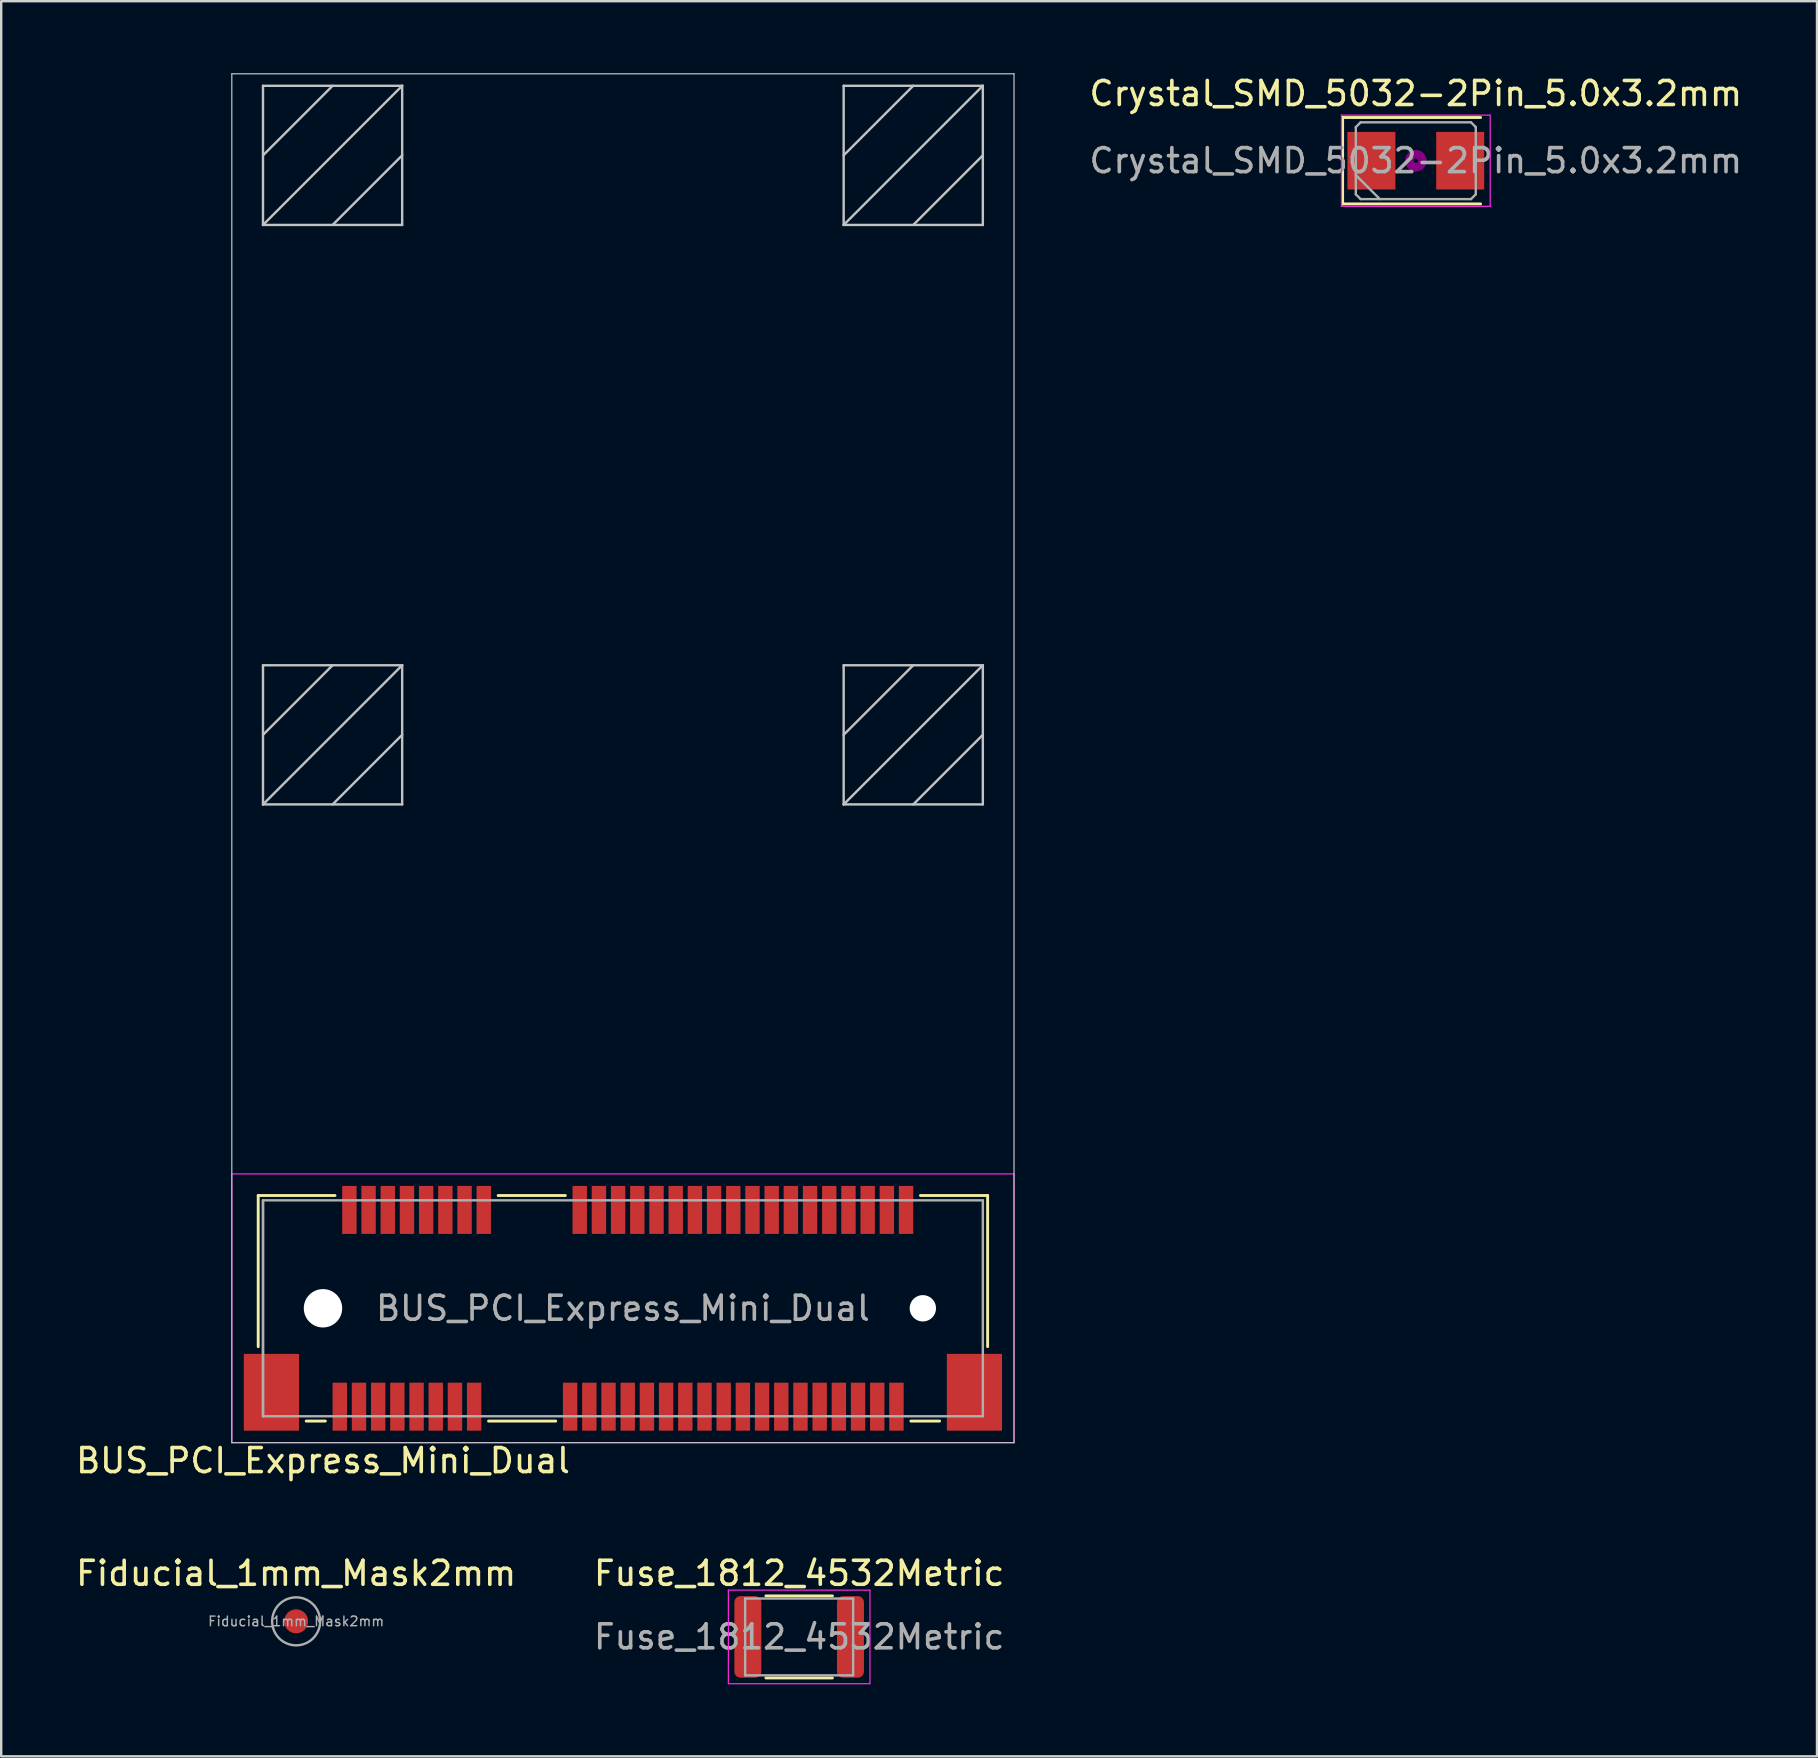
<source format=kicad_pcb>
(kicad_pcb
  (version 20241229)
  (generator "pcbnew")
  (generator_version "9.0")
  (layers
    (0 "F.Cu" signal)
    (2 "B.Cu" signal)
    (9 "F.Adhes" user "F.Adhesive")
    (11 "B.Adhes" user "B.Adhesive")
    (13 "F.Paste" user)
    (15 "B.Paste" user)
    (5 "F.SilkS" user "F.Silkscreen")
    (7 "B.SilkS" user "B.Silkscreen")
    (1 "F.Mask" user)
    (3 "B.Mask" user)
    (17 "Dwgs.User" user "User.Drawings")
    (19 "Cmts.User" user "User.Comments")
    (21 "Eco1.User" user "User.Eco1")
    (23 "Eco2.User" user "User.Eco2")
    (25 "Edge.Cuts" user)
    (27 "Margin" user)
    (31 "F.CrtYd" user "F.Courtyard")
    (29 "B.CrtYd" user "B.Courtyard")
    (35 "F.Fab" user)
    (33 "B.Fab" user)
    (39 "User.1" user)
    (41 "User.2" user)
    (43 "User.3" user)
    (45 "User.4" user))
  (footprint "Fuse_1812_4532Metric"
    (layer "F.Cu")
    (at 30.256 65.171)
    (property "Reference" "Fuse_1812_4532Metric" (at 0 -2.65 0) (layer "F.SilkS") (effects (font (size 1 1) (thickness 0.15))))
    (attr smd)
    (fp_line (start -1.386 -1.71) (end 1.386 -1.71) (stroke (width 0.12) (type solid)) (layer "F.SilkS"))
    (fp_line (start -1.386 1.71) (end 1.386 1.71) (stroke (width 0.12) (type solid)) (layer "F.SilkS"))
    (fp_line (start -2.95 -1.95) (end 2.95 -1.95) (stroke (width 0.05) (type solid)) (layer "F.CrtYd"))
    (fp_line (start -2.95 1.95) (end -2.95 -1.95) (stroke (width 0.05) (type solid)) (layer "F.CrtYd"))
    (fp_line (start 2.95 -1.95) (end 2.95 1.95) (stroke (width 0.05) (type solid)) (layer "F.CrtYd"))
    (fp_line (start 2.95 1.95) (end -2.95 1.95) (stroke (width 0.05) (type solid)) (layer "F.CrtYd"))
    (fp_line (start -2.25 -1.6) (end 2.25 -1.6) (stroke (width 0.1) (type solid)) (layer "F.Fab"))
    (fp_line (start -2.25 1.6) (end -2.25 -1.6) (stroke (width 0.1) (type solid)) (layer "F.Fab"))
    (fp_line (start 2.25 -1.6) (end 2.25 1.6) (stroke (width 0.1) (type solid)) (layer "F.Fab"))
    (fp_line (start 2.25 1.6) (end -2.25 1.6) (stroke (width 0.1) (type solid)) (layer "F.Fab"))
    (fp_text user "${REFERENCE}" (at 0 0 0) (layer "F.Fab") (effects (font (size 1 1) (thickness 0.15))))
    (pad "1" smd roundrect (at -2.138 0) (size 1.125 3.4) (layers "F.Cu" "F.Mask" "F.Paste") (roundrect_rratio 0.222))
    (pad "2" smd roundrect (at 2.138 0) (size 1.125 3.4) (layers "F.Cu" "F.Mask" "F.Paste") (roundrect_rratio 0.222)))
  (footprint "Crystal_SMD_5032-2Pin_5.0x3.2mm"
    (layer "F.Cu")
    (at 55.956 3.648)
    (property "Reference" "Crystal_SMD_5032-2Pin_5.0x3.2mm" (at 0 -2.8 0) (layer "F.SilkS") (effects (font (size 1 1) (thickness 0.15))))
    (attr smd)
    (fp_line (start -3.05 -1.8) (end -3.05 1.8) (stroke (width 0.12) (type solid)) (layer "F.SilkS"))
    (fp_line (start -3.05 1.8) (end 2.7 1.8) (stroke (width 0.12) (type solid)) (layer "F.SilkS"))
    (fp_line (start 2.7 -1.8) (end -3.05 -1.8) (stroke (width 0.12) (type solid)) (layer "F.SilkS"))
    (fp_circle (center 0 0) (end 0.093 0) (stroke (width 0.187) (type solid)) (fill no) (layer "F.Adhes"))
    (fp_circle (center 0 0) (end 0.213 0) (stroke (width 0.133) (type solid)) (fill no) (layer "F.Adhes"))
    (fp_circle (center 0 0) (end 0.333 0) (stroke (width 0.133) (type solid)) (fill no) (layer "F.Adhes"))
    (fp_circle (center 0 0) (end 0.4 0) (stroke (width 0.1) (type solid)) (fill no) (layer "F.Adhes"))
    (fp_line (start -3.1 -1.9) (end -3.1 1.9) (stroke (width 0.05) (type solid)) (layer "F.CrtYd"))
    (fp_line (start -3.1 1.9) (end 3.1 1.9) (stroke (width 0.05) (type solid)) (layer "F.CrtYd"))
    (fp_line (start 3.1 -1.9) (end -3.1 -1.9) (stroke (width 0.05) (type solid)) (layer "F.CrtYd"))
    (fp_line (start 3.1 1.9) (end 3.1 -1.9) (stroke (width 0.05) (type solid)) (layer "F.CrtYd"))
    (fp_line (start -2.5 -1.4) (end -2.3 -1.6) (stroke (width 0.1) (type solid)) (layer "F.Fab"))
    (fp_line (start -2.5 0.6) (end -1.5 1.6) (stroke (width 0.1) (type solid)) (layer "F.Fab"))
    (fp_line (start -2.5 1.4) (end -2.5 -1.4) (stroke (width 0.1) (type solid)) (layer "F.Fab"))
    (fp_line (start -2.3 -1.6) (end 2.3 -1.6) (stroke (width 0.1) (type solid)) (layer "F.Fab"))
    (fp_line (start -2.3 1.6) (end -2.5 1.4) (stroke (width 0.1) (type solid)) (layer "F.Fab"))
    (fp_line (start 2.3 -1.6) (end 2.5 -1.4) (stroke (width 0.1) (type solid)) (layer "F.Fab"))
    (fp_line (start 2.3 1.6) (end -2.3 1.6) (stroke (width 0.1) (type solid)) (layer "F.Fab"))
    (fp_line (start 2.5 -1.4) (end 2.5 1.4) (stroke (width 0.1) (type solid)) (layer "F.Fab"))
    (fp_line (start 2.5 1.4) (end 2.3 1.6) (stroke (width 0.1) (type solid)) (layer "F.Fab"))
    (fp_text user "${REFERENCE}" (at 0 0 0) (layer "F.Fab") (effects (font (size 1 1) (thickness 0.15))))
    (pad "1" smd rect (at -1.85 0) (size 2 2.4) (layers "F.Cu" "F.Mask" "F.Paste"))
    (pad "2" smd rect (at 1.85 0) (size 2 2.4) (layers "F.Cu" "F.Mask" "F.Paste")))
  (footprint "BUS_PCI_Express_Mini_Dual"
    (layer "F.Cu")
    (at 22.911 51.475)
    (property "Reference" "BUS_PCI_Express_Mini_Dual" (at -12.5 6.35 180) (layer "F.SilkS") (effects (font (size 1 1) (thickness 0.15))))
    (attr smd)
    (fp_line (start -15.2 -4.7) (end -15.2 1.6) (stroke (width 0.12) (type solid)) (layer "F.SilkS"))
    (fp_line (start -13.2 4.7) (end -12.4 4.7) (stroke (width 0.12) (type solid)) (layer "F.SilkS"))
    (fp_line (start -12 -4.7) (end -15.2 -4.7) (stroke (width 0.12) (type solid)) (layer "F.SilkS"))
    (fp_line (start -5.6 4.7) (end -2.8 4.7) (stroke (width 0.12) (type solid)) (layer "F.SilkS"))
    (fp_line (start -5.2 -4.7) (end -2.4 -4.7) (stroke (width 0.12) (type solid)) (layer "F.SilkS"))
    (fp_line (start 12 4.7) (end 13.2 4.7) (stroke (width 0.12) (type solid)) (layer "F.SilkS"))
    (fp_line (start 12.4 -4.7) (end 15.2 -4.7) (stroke (width 0.12) (type solid)) (layer "F.SilkS"))
    (fp_line (start 15.2 1.6) (end 15.2 -4.7) (stroke (width 0.12) (type solid)) (layer "F.SilkS"))
    (fp_line (start -16.3 -51.45) (end 16.3 -51.45) (stroke (width 0.05) (type solid)) (layer "Dwgs.User"))
    (fp_line (start -16.3 5.6) (end -16.3 -51.45) (stroke (width 0.05) (type solid)) (layer "Dwgs.User"))
    (fp_line (start -16.3 5.6) (end 16.3 5.6) (stroke (width 0.05) (type solid)) (layer "Dwgs.User"))
    (fp_line (start -15 -50.95) (end -15 -45.15) (stroke (width 0.1) (type solid)) (layer "Dwgs.User"))
    (fp_line (start -15 -50.95) (end -9.2 -50.95) (stroke (width 0.1) (type solid)) (layer "Dwgs.User"))
    (fp_line (start -15 -45.15) (end -9.2 -45.15) (stroke (width 0.1) (type solid)) (layer "Dwgs.User"))
    (fp_line (start -15 -26.8) (end -15 -21) (stroke (width 0.1) (type solid)) (layer "Dwgs.User"))
    (fp_line (start -15 -21) (end -9.2 -21) (stroke (width 0.1) (type solid)) (layer "Dwgs.User"))
    (fp_line (start -12.1 -50.95) (end -15 -48.05) (stroke (width 0.1) (type solid)) (layer "Dwgs.User"))
    (fp_line (start -12.1 -26.8) (end -15 -23.9) (stroke (width 0.1) (type solid)) (layer "Dwgs.User"))
    (fp_line (start -9.2 -50.95) (end -15 -45.15) (stroke (width 0.1) (type solid)) (layer "Dwgs.User"))
    (fp_line (start -9.2 -50.95) (end -9.2 -45.15) (stroke (width 0.1) (type solid)) (layer "Dwgs.User"))
    (fp_line (start -9.2 -48.05) (end -12.1 -45.15) (stroke (width 0.1) (type solid)) (layer "Dwgs.User"))
    (fp_line (start -9.2 -26.8) (end -15 -26.8) (stroke (width 0.1) (type solid)) (layer "Dwgs.User"))
    (fp_line (start -9.2 -26.8) (end -15 -21) (stroke (width 0.1) (type solid)) (layer "Dwgs.User"))
    (fp_line (start -9.2 -23.9) (end -12.1 -21) (stroke (width 0.1) (type solid)) (layer "Dwgs.User"))
    (fp_line (start -9.2 -21) (end -9.2 -26.8) (stroke (width 0.1) (type solid)) (layer "Dwgs.User"))
    (fp_line (start 9.2 -50.95) (end 9.2 -45.15) (stroke (width 0.1) (type solid)) (layer "Dwgs.User"))
    (fp_line (start 9.2 -50.95) (end 15 -50.95) (stroke (width 0.1) (type solid)) (layer "Dwgs.User"))
    (fp_line (start 9.2 -45.15) (end 15 -45.15) (stroke (width 0.1) (type solid)) (layer "Dwgs.User"))
    (fp_line (start 9.2 -26.8) (end 15 -26.8) (stroke (width 0.1) (type solid)) (layer "Dwgs.User"))
    (fp_line (start 9.2 -21) (end 9.2 -26.8) (stroke (width 0.1) (type solid)) (layer "Dwgs.User"))
    (fp_line (start 12.1 -50.95) (end 9.2 -48.05) (stroke (width 0.1) (type solid)) (layer "Dwgs.User"))
    (fp_line (start 12.1 -26.8) (end 9.2 -23.9) (stroke (width 0.1) (type solid)) (layer "Dwgs.User"))
    (fp_line (start 15 -50.95) (end 9.2 -45.15) (stroke (width 0.1) (type solid)) (layer "Dwgs.User"))
    (fp_line (start 15 -50.95) (end 15 -45.15) (stroke (width 0.1) (type solid)) (layer "Dwgs.User"))
    (fp_line (start 15 -48.05) (end 12.1 -45.15) (stroke (width 0.1) (type solid)) (layer "Dwgs.User"))
    (fp_line (start 15 -26.8) (end 9.2 -21) (stroke (width 0.1) (type solid)) (layer "Dwgs.User"))
    (fp_line (start 15 -26.8) (end 15 -21) (stroke (width 0.1) (type solid)) (layer "Dwgs.User"))
    (fp_line (start 15 -23.9) (end 12.1 -21) (stroke (width 0.1) (type solid)) (layer "Dwgs.User"))
    (fp_line (start 15 -21) (end 9.2 -21) (stroke (width 0.1) (type solid)) (layer "Dwgs.User"))
    (fp_line (start 16.3 -51.45) (end 16.3 5.6) (stroke (width 0.05) (type solid)) (layer "Dwgs.User"))
    (fp_line (start -16.3 -5.6) (end 16.3 -5.6) (stroke (width 0.05) (type solid)) (layer "F.CrtYd"))
    (fp_line (start -16.3 5.6) (end -16.3 -5.6) (stroke (width 0.05) (type solid)) (layer "F.CrtYd"))
    (fp_line (start 16.3 -5.6) (end 16.3 5.6) (stroke (width 0.05) (type solid)) (layer "F.CrtYd"))
    (fp_line (start 16.3 5.6) (end -16.3 5.6) (stroke (width 0.05) (type solid)) (layer "F.CrtYd"))
    (fp_line (start -15 -4.5) (end -15 4.5) (stroke (width 0.1) (type solid)) (layer "F.Fab"))
    (fp_line (start -15 4.5) (end -15 -4.5) (stroke (width 0.1) (type solid)) (layer "F.Fab"))
    (fp_line (start -15 4.5) (end 15 4.5) (stroke (width 0.1) (type solid)) (layer "F.Fab"))
    (fp_line (start 15 -4.5) (end -15 -4.5) (stroke (width 0.1) (type solid)) (layer "F.Fab"))
    (fp_line (start 15 4.5) (end 15 -4.5) (stroke (width 0.1) (type solid)) (layer "F.Fab"))
    (fp_text user "${REFERENCE}" (at 0 0 0) (layer "F.Fab") (effects (font (size 1 1) (thickness 0.15))))
    (pad "" np_thru_hole circle (at -12.5 0) (size 1.6 1.6) (drill 1.6) (layers "*.Cu" "*.Mask"))
    (pad "" np_thru_hole circle (at 12.5 0) (size 1.1 1.1) (drill 1.1) (layers "*.Cu" "*.Mask"))
    (pad "1" smd rect (at -11.8 4.1) (size 0.6 2) (layers "F.Cu" "F.Mask" "F.Paste"))
    (pad "2" smd rect (at -11.4 -4.1) (size 0.6 2) (layers "F.Cu" "F.Mask" "F.Paste"))
    (pad "3" smd rect (at -11 4.1) (size 0.6 2) (layers "F.Cu" "F.Mask" "F.Paste"))
    (pad "4" smd rect (at -10.6 -4.1) (size 0.6 2) (layers "F.Cu" "F.Mask" "F.Paste"))
    (pad "5" smd rect (at -10.2 4.1) (size 0.6 2) (layers "F.Cu" "F.Mask" "F.Paste"))
    (pad "6" smd rect (at -9.8 -4.1) (size 0.6 2) (layers "F.Cu" "F.Mask" "F.Paste"))
    (pad "7" smd rect (at -9.4 4.1) (size 0.6 2) (layers "F.Cu" "F.Mask" "F.Paste"))
    (pad "8" smd rect (at -9 -4.1) (size 0.6 2) (layers "F.Cu" "F.Mask" "F.Paste"))
    (pad "9" smd rect (at -8.6 4.1) (size 0.6 2) (layers "F.Cu" "F.Mask" "F.Paste"))
    (pad "10" smd rect (at -8.2 -4.1) (size 0.6 2) (layers "F.Cu" "F.Mask" "F.Paste"))
    (pad "11" smd rect (at -7.8 4.1) (size 0.6 2) (layers "F.Cu" "F.Mask" "F.Paste"))
    (pad "12" smd rect (at -7.4 -4.1) (size 0.6 2) (layers "F.Cu" "F.Mask" "F.Paste"))
    (pad "13" smd rect (at -7 4.1) (size 0.6 2) (layers "F.Cu" "F.Mask" "F.Paste"))
    (pad "14" smd rect (at -6.6 -4.1) (size 0.6 2) (layers "F.Cu" "F.Mask" "F.Paste"))
    (pad "15" smd rect (at -6.2 4.1) (size 0.6 2) (layers "F.Cu" "F.Mask" "F.Paste"))
    (pad "16" smd rect (at -5.8 -4.1) (size 0.6 2) (layers "F.Cu" "F.Mask" "F.Paste"))
    (pad "17" smd rect (at -2.2 4.1) (size 0.6 2) (layers "F.Cu" "F.Mask" "F.Paste"))
    (pad "18" smd rect (at -1.8 -4.1) (size 0.6 2) (layers "F.Cu" "F.Mask" "F.Paste"))
    (pad "19" smd rect (at -1.4 4.1) (size 0.6 2) (layers "F.Cu" "F.Mask" "F.Paste"))
    (pad "20" smd rect (at -1 -4.1) (size 0.6 2) (layers "F.Cu" "F.Mask" "F.Paste"))
    (pad "21" smd rect (at -0.6 4.1) (size 0.6 2) (layers "F.Cu" "F.Mask" "F.Paste"))
    (pad "22" smd rect (at -0.2 -4.1) (size 0.6 2) (layers "F.Cu" "F.Mask" "F.Paste"))
    (pad "23" smd rect (at 0.2 4.1) (size 0.6 2) (layers "F.Cu" "F.Mask" "F.Paste"))
    (pad "24" smd rect (at 0.6 -4.1) (size 0.6 2) (layers "F.Cu" "F.Mask" "F.Paste"))
    (pad "25" smd rect (at 1 4.1) (size 0.6 2) (layers "F.Cu" "F.Mask" "F.Paste"))
    (pad "26" smd rect (at 1.4 -4.1) (size 0.6 2) (layers "F.Cu" "F.Mask" "F.Paste"))
    (pad "27" smd rect (at 1.8 4.1) (size 0.6 2) (layers "F.Cu" "F.Mask" "F.Paste"))
    (pad "28" smd rect (at 2.2 -4.1) (size 0.6 2) (layers "F.Cu" "F.Mask" "F.Paste"))
    (pad "29" smd rect (at 2.6 4.1) (size 0.6 2) (layers "F.Cu" "F.Mask" "F.Paste"))
    (pad "30" smd rect (at 3 -4.1) (size 0.6 2) (layers "F.Cu" "F.Mask" "F.Paste"))
    (pad "31" smd rect (at 3.4 4.1) (size 0.6 2) (layers "F.Cu" "F.Mask" "F.Paste"))
    (pad "32" smd rect (at 3.8 -4.1) (size 0.6 2) (layers "F.Cu" "F.Mask" "F.Paste"))
    (pad "33" smd rect (at 4.2 4.1) (size 0.6 2) (layers "F.Cu" "F.Mask" "F.Paste"))
    (pad "34" smd rect (at 4.6 -4.1) (size 0.6 2) (layers "F.Cu" "F.Mask" "F.Paste"))
    (pad "35" smd rect (at 5 4.1) (size 0.6 2) (layers "F.Cu" "F.Mask" "F.Paste"))
    (pad "36" smd rect (at 5.4 -4.1) (size 0.6 2) (layers "F.Cu" "F.Mask" "F.Paste"))
    (pad "37" smd rect (at 5.8 4.1) (size 0.6 2) (layers "F.Cu" "F.Mask" "F.Paste"))
    (pad "38" smd rect (at 6.2 -4.1) (size 0.6 2) (layers "F.Cu" "F.Mask" "F.Paste"))
    (pad "39" smd rect (at 6.6 4.1) (size 0.6 2) (layers "F.Cu" "F.Mask" "F.Paste"))
    (pad "40" smd rect (at 7 -4.1) (size 0.6 2) (layers "F.Cu" "F.Mask" "F.Paste"))
    (pad "41" smd rect (at 7.4 4.1) (size 0.6 2) (layers "F.Cu" "F.Mask" "F.Paste"))
    (pad "42" smd rect (at 7.8 -4.1) (size 0.6 2) (layers "F.Cu" "F.Mask" "F.Paste"))
    (pad "43" smd rect (at 8.2 4.1) (size 0.6 2) (layers "F.Cu" "F.Mask" "F.Paste"))
    (pad "44" smd rect (at 8.6 -4.1) (size 0.6 2) (layers "F.Cu" "F.Mask" "F.Paste"))
    (pad "45" smd rect (at 9 4.1) (size 0.6 2) (layers "F.Cu" "F.Mask" "F.Paste"))
    (pad "46" smd rect (at 9.4 -4.1) (size 0.6 2) (layers "F.Cu" "F.Mask" "F.Paste"))
    (pad "47" smd rect (at 9.8 4.1) (size 0.6 2) (layers "F.Cu" "F.Mask" "F.Paste"))
    (pad "48" smd rect (at 10.2 -4.1) (size 0.6 2) (layers "F.Cu" "F.Mask" "F.Paste"))
    (pad "49" smd rect (at 10.6 4.1) (size 0.6 2) (layers "F.Cu" "F.Mask" "F.Paste"))
    (pad "50" smd rect (at 11 -4.1) (size 0.6 2) (layers "F.Cu" "F.Mask" "F.Paste"))
    (pad "51" smd rect (at 11.4 4.1) (size 0.6 2) (layers "F.Cu" "F.Mask" "F.Paste"))
    (pad "52" smd rect (at 11.8 -4.1) (size 0.6 2) (layers "F.Cu" "F.Mask" "F.Paste"))
    (pad "MP" smd rect (at -14.65 3.5) (size 2.3 3.2) (layers "F.Cu" "F.Mask" "F.Paste"))
    (pad "MP" smd rect (at 14.65 3.5) (size 2.3 3.2) (layers "F.Cu" "F.Mask" "F.Paste")))
  (footprint "Fiducial_1mm_Mask2mm"
    (layer "F.Cu")
    (at 9.292 64.522)
    (property "Reference" "Fiducial_1mm_Mask2mm" (at 0 -2 0) (layer "F.SilkS") (effects (font (size 1 1) (thickness 0.15))))
    (attr smd exclude_from_bom)
    (fp_circle (center 0 0) (end 1 0) (stroke (width 0.1) (type solid)) (fill no) (layer "F.Fab"))
    (fp_text user "${REFERENCE}" (at 0 0 0) (layer "F.Fab") (effects (font (size 0.4 0.4) (thickness 0.06))))
    (pad "" smd circle (at 0 0) (size 1 1) (layers "F.Cu" "F.Mask")))
  (gr_rect
    (start -3 -3)
    (end 72.676 70.147)
    (stroke (width 0.1) (type default))
    (fill no)
    (layer "Edge.Cuts")))
</source>
